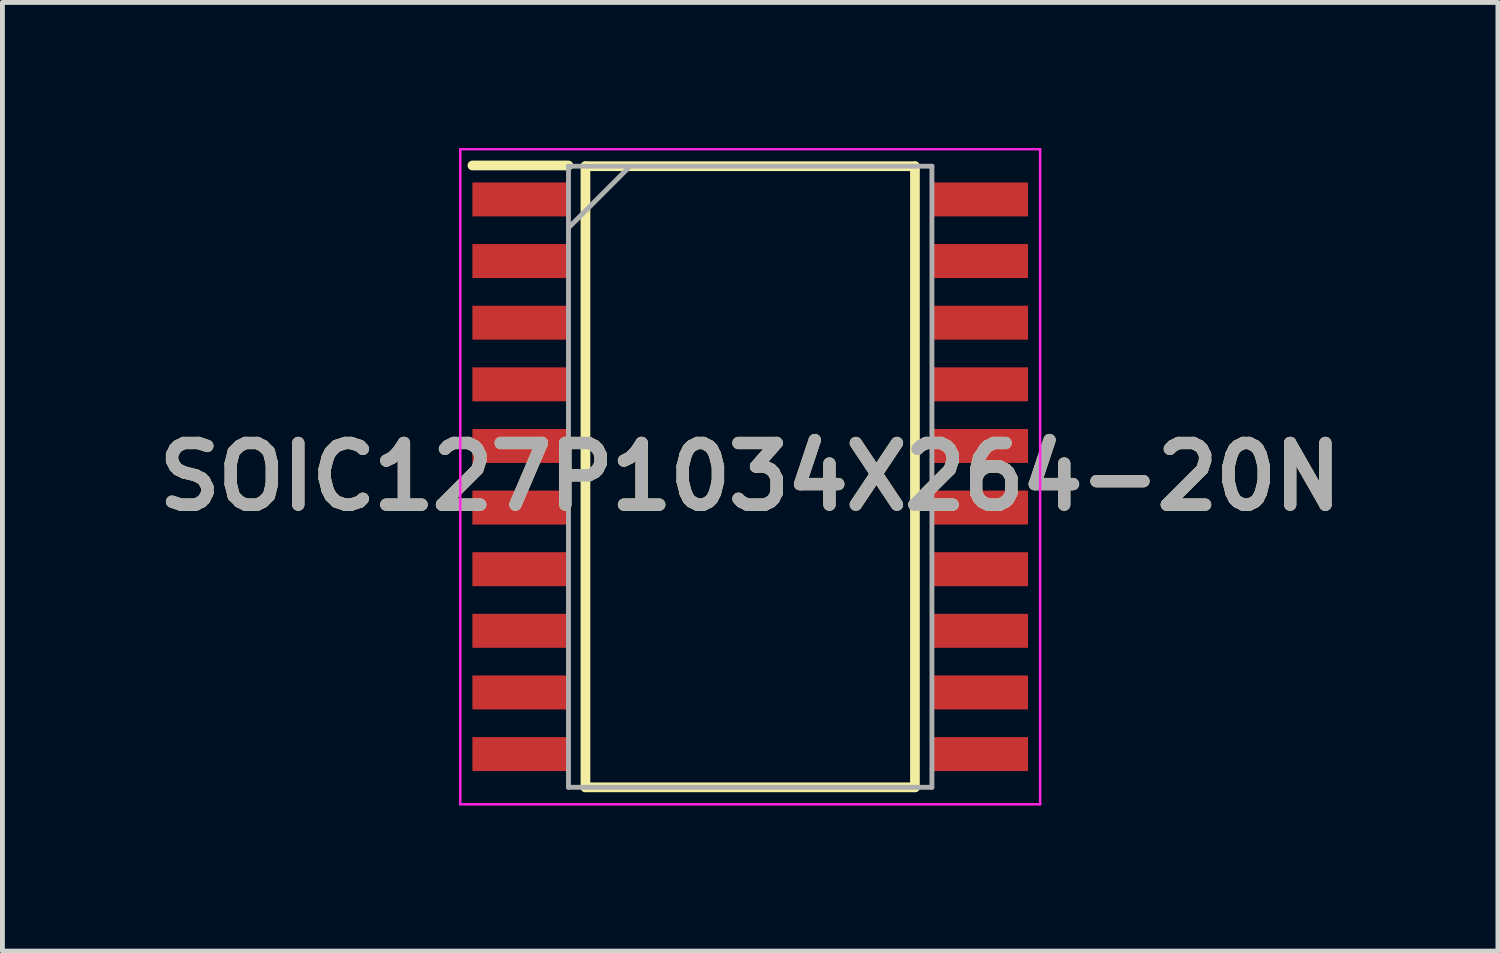
<source format=kicad_pcb>
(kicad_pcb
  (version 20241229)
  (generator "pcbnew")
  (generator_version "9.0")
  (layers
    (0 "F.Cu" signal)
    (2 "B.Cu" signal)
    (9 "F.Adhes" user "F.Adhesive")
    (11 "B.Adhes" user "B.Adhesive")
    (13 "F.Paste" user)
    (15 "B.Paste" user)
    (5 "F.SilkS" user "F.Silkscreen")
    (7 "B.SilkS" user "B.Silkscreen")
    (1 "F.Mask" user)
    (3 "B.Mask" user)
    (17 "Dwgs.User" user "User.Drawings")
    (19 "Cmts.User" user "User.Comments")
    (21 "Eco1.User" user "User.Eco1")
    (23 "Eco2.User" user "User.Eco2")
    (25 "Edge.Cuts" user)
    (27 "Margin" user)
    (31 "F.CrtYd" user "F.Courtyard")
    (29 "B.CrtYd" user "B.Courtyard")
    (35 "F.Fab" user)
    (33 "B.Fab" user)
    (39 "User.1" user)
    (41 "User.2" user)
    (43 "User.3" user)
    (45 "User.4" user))
  (footprint "SOIC127P1034X264-20N"
    (layer "F.Cu")
    (at 12.41 6.775)
    (property "Reference" "SOIC127P1034X264-20N" (at 0 0 0) (layer "F.SilkS") (effects (font (size 1.27 1.27) (thickness 0.254))))
    (attr smd)
    (fp_line (start -5.725 -6.415) (end -3.745 -6.415) (stroke (width 0.2) (type solid)) (layer "F.SilkS"))
    (fp_line (start -3.395 -6.4) (end 3.395 -6.4) (stroke (width 0.2) (type solid)) (layer "F.SilkS"))
    (fp_line (start -3.395 6.4) (end -3.395 -6.4) (stroke (width 0.2) (type solid)) (layer "F.SilkS"))
    (fp_line (start 3.395 -6.4) (end 3.395 6.4) (stroke (width 0.2) (type solid)) (layer "F.SilkS"))
    (fp_line (start 3.395 6.4) (end -3.395 6.4) (stroke (width 0.2) (type solid)) (layer "F.SilkS"))
    (fp_line (start -5.975 -6.75) (end 5.975 -6.75) (stroke (width 0.05) (type solid)) (layer "F.CrtYd"))
    (fp_line (start -5.975 6.75) (end -5.975 -6.75) (stroke (width 0.05) (type solid)) (layer "F.CrtYd"))
    (fp_line (start 5.975 -6.75) (end 5.975 6.75) (stroke (width 0.05) (type solid)) (layer "F.CrtYd"))
    (fp_line (start 5.975 6.75) (end -5.975 6.75) (stroke (width 0.05) (type solid)) (layer "F.CrtYd"))
    (fp_line (start -3.745 -6.4) (end 3.745 -6.4) (stroke (width 0.1) (type solid)) (layer "F.Fab"))
    (fp_line (start -3.745 -5.13) (end -2.475 -6.4) (stroke (width 0.1) (type solid)) (layer "F.Fab"))
    (fp_line (start -3.745 6.4) (end -3.745 -6.4) (stroke (width 0.1) (type solid)) (layer "F.Fab"))
    (fp_line (start 3.745 -6.4) (end 3.745 6.4) (stroke (width 0.1) (type solid)) (layer "F.Fab"))
    (fp_line (start 3.745 6.4) (end -3.745 6.4) (stroke (width 0.1) (type solid)) (layer "F.Fab"))
    (fp_text user "${REFERENCE}" (at 0 0 0) (layer "F.Fab") (effects (font (size 1.27 1.27) (thickness 0.254))))
    (pad "1" smd rect (at -4.735 -5.715 90) (size 0.7 1.98) (layers "F.Cu" "F.Mask" "F.Paste"))
    (pad "2" smd rect (at -4.735 -4.445 90) (size 0.7 1.98) (layers "F.Cu" "F.Mask" "F.Paste"))
    (pad "3" smd rect (at -4.735 -3.175 90) (size 0.7 1.98) (layers "F.Cu" "F.Mask" "F.Paste"))
    (pad "4" smd rect (at -4.735 -1.905 90) (size 0.7 1.98) (layers "F.Cu" "F.Mask" "F.Paste"))
    (pad "5" smd rect (at -4.735 -0.635 90) (size 0.7 1.98) (layers "F.Cu" "F.Mask" "F.Paste"))
    (pad "6" smd rect (at -4.735 0.635 90) (size 0.7 1.98) (layers "F.Cu" "F.Mask" "F.Paste"))
    (pad "7" smd rect (at -4.735 1.905 90) (size 0.7 1.98) (layers "F.Cu" "F.Mask" "F.Paste"))
    (pad "8" smd rect (at -4.735 3.175 90) (size 0.7 1.98) (layers "F.Cu" "F.Mask" "F.Paste"))
    (pad "9" smd rect (at -4.735 4.445 90) (size 0.7 1.98) (layers "F.Cu" "F.Mask" "F.Paste"))
    (pad "10" smd rect (at -4.735 5.715 90) (size 0.7 1.98) (layers "F.Cu" "F.Mask" "F.Paste"))
    (pad "11" smd rect (at 4.735 5.715 90) (size 0.7 1.98) (layers "F.Cu" "F.Mask" "F.Paste"))
    (pad "12" smd rect (at 4.735 4.445 90) (size 0.7 1.98) (layers "F.Cu" "F.Mask" "F.Paste"))
    (pad "13" smd rect (at 4.735 3.175 90) (size 0.7 1.98) (layers "F.Cu" "F.Mask" "F.Paste"))
    (pad "14" smd rect (at 4.735 1.905 90) (size 0.7 1.98) (layers "F.Cu" "F.Mask" "F.Paste"))
    (pad "15" smd rect (at 4.735 0.635 90) (size 0.7 1.98) (layers "F.Cu" "F.Mask" "F.Paste"))
    (pad "16" smd rect (at 4.735 -0.635 90) (size 0.7 1.98) (layers "F.Cu" "F.Mask" "F.Paste"))
    (pad "17" smd rect (at 4.735 -1.905 90) (size 0.7 1.98) (layers "F.Cu" "F.Mask" "F.Paste"))
    (pad "18" smd rect (at 4.735 -3.175 90) (size 0.7 1.98) (layers "F.Cu" "F.Mask" "F.Paste"))
    (pad "19" smd rect (at 4.735 -4.445 90) (size 0.7 1.98) (layers "F.Cu" "F.Mask" "F.Paste"))
    (pad "20" smd rect (at 4.735 -5.715 90) (size 0.7 1.98) (layers "F.Cu" "F.Mask" "F.Paste")))
  (gr_rect
    (start -3 -3)
    (end 27.819 16.55)
    (stroke (width 0.1) (type default))
    (fill no)
    (layer "Edge.Cuts")))
</source>
